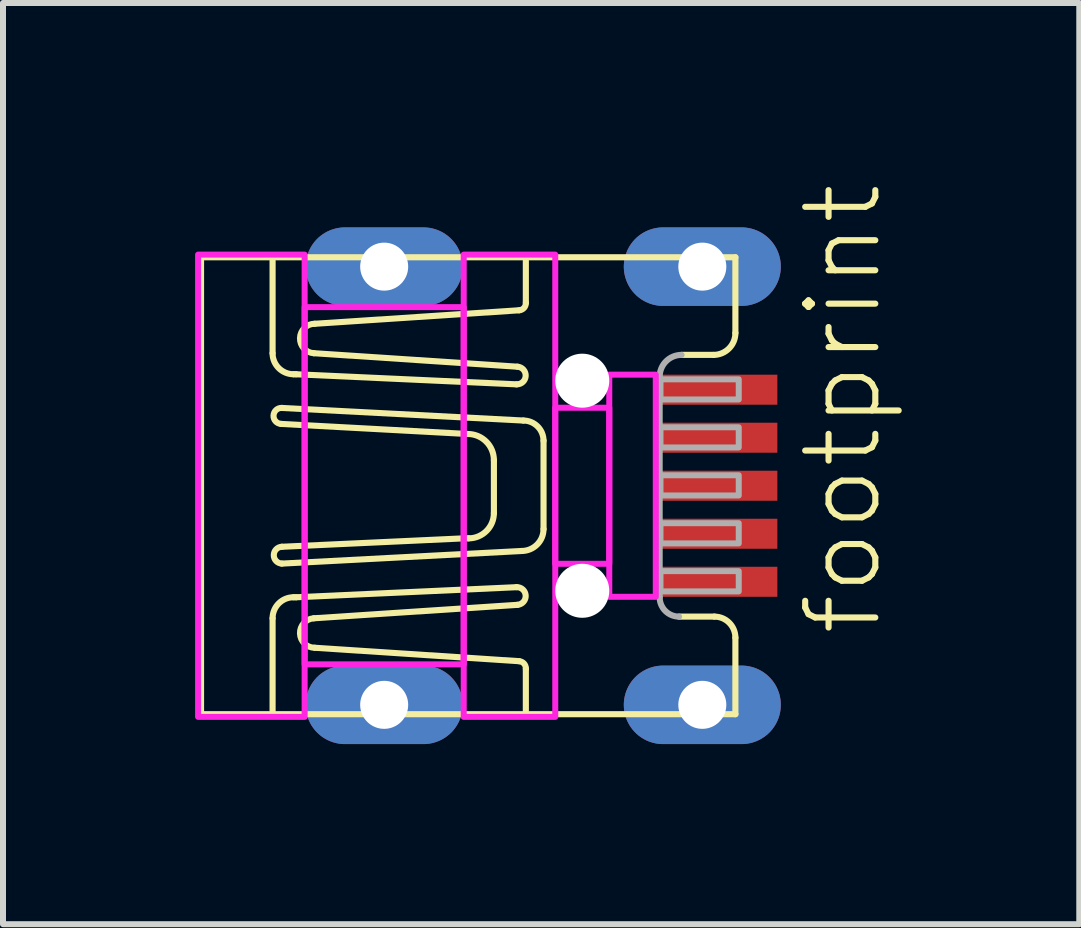
<source format=kicad_pcb>
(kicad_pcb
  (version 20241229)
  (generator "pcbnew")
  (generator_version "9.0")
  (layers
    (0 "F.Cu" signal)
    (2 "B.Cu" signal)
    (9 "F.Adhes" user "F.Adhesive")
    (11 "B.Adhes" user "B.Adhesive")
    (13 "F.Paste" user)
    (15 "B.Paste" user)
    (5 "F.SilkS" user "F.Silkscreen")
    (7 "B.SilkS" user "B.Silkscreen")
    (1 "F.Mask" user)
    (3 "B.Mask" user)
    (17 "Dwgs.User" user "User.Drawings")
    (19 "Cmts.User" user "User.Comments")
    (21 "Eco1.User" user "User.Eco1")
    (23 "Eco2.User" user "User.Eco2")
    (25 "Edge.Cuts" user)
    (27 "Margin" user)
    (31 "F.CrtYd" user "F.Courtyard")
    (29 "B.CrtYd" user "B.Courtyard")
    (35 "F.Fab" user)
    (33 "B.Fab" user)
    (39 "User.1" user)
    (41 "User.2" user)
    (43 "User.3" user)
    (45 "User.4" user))
  (footprint "footprint"
    (layer "F.Cu")
    (at 0.25 5.042)
    (property "Reference" "footprint" (at 11.43 2.54 90) (layer "F.SilkS") (effects (font (size 1.168 1.168) (thickness 0.102)) (justify left bottom)))
    (fp_line (start 0.049 -3.806) (end 8.951 -3.806) (stroke (width 0.102) (type solid)) (layer "F.SilkS"))
    (fp_line (start 0.049 3.806) (end 0.049 -3.806) (stroke (width 0.102) (type solid)) (layer "F.SilkS"))
    (fp_line (start 1.241 -3.75) (end 1.241 -2.208) (stroke (width 0.102) (type solid)) (layer "F.SilkS"))
    (fp_line (start 1.241 3.75) (end 1.241 2.208) (stroke (width 0.102) (type solid)) (layer "F.SilkS"))
    (fp_line (start 1.381 -1.03) (end 4.493 -0.862) (stroke (width 0.102) (type solid)) (layer "F.SilkS"))
    (fp_line (start 1.395 1.297) (end 5.39 1.087) (stroke (width 0.102) (type solid)) (layer "F.SilkS"))
    (fp_line (start 1.591 -1.857) (end 1.633 -1.857) (stroke (width 0.102) (type solid)) (layer "F.SilkS"))
    (fp_line (start 1.591 1.858) (end 1.633 1.858) (stroke (width 0.102) (type solid)) (layer "F.SilkS"))
    (fp_line (start 1.633 -1.857) (end 5.306 -1.689) (stroke (width 0.102) (type solid)) (layer "F.SilkS"))
    (fp_line (start 1.633 1.858) (end 5.306 1.69) (stroke (width 0.102) (type solid)) (layer "F.SilkS"))
    (fp_line (start 1.942 -2.698) (end 5.348 -2.923) (stroke (width 0.102) (type solid)) (layer "F.SilkS"))
    (fp_line (start 1.942 2.699) (end 5.348 2.923) (stroke (width 0.102) (type solid)) (layer "F.SilkS"))
    (fp_line (start 4.437 0.876) (end 1.395 1.017) (stroke (width 0.102) (type solid)) (layer "F.SilkS"))
    (fp_line (start 4.507 0.876) (end 4.437 0.876) (stroke (width 0.102) (type solid)) (layer "F.SilkS"))
    (fp_line (start 4.928 -0.427) (end 4.928 0.456) (stroke (width 0.102) (type solid)) (layer "F.SilkS"))
    (fp_line (start 5.32 -1.983) (end 1.928 -2.208) (stroke (width 0.102) (type solid)) (layer "F.SilkS"))
    (fp_line (start 5.32 1.984) (end 1.928 2.208) (stroke (width 0.102) (type solid)) (layer "F.SilkS"))
    (fp_line (start 5.418 -1.086) (end 1.395 -1.296) (stroke (width 0.102) (type solid)) (layer "F.SilkS"))
    (fp_line (start 5.46 -3.049) (end 5.46 -3.75) (stroke (width 0.102) (type solid)) (layer "F.SilkS"))
    (fp_line (start 5.46 3.049) (end 5.46 3.75) (stroke (width 0.102) (type solid)) (layer "F.SilkS"))
    (fp_line (start 5.755 0.722) (end 5.755 -0.75) (stroke (width 0.102) (type solid)) (layer "F.SilkS"))
    (fp_line (start 8.012 2.18) (end 8.601 2.18) (stroke (width 0.102) (type solid)) (layer "F.SilkS"))
    (fp_line (start 8.587 -2.18) (end 8.054 -2.18) (stroke (width 0.102) (type solid)) (layer "F.SilkS"))
    (fp_line (start 8.951 -3.806) (end 8.951 -2.544) (stroke (width 0.102) (type solid)) (layer "F.SilkS"))
    (fp_line (start 8.951 2.531) (end 8.951 3.806) (stroke (width 0.102) (type solid)) (layer "F.SilkS"))
    (fp_line (start 8.951 3.806) (end 0.049 3.806) (stroke (width 0.102) (type solid)) (layer "F.SilkS"))
    (fp_arc (start 1.2408 2.2083) (mid 1.343487 1.960489) (end 1.591298 1.8578) (stroke (width 0.1016) (type solid)) (layer "F.SilkS"))
    (fp_arc (start 1.3809 -1.0301) (mid 1.2547 -1.1703) (end 1.3949 -1.2965) (stroke (width 0.1016) (type solid)) (layer "F.SilkS"))
    (fp_arc (start 1.394898 1.297) (mid 1.261098 1.156849) (end 1.3949 1.0167) (stroke (width 0.1016) (type solid)) (layer "F.SilkS"))
    (fp_arc (start 1.5912 -1.8572) (mid 1.34333 -1.95983) (end 1.2407 -2.2077) (stroke (width 0.1016) (type solid)) (layer "F.SilkS"))
    (fp_arc (start 1.9276 -2.2077) (mid 1.698277 -2.459791) (end 1.941598 -2.698399) (stroke (width 0.1016) (type solid)) (layer "F.SilkS"))
    (fp_arc (start 1.941698 2.698999) (mid 1.698377 2.460391) (end 1.9277 2.2083) (stroke (width 0.1016) (type solid)) (layer "F.SilkS"))
    (fp_arc (start 4.4931 -0.8619) (mid 4.800409 -0.734609) (end 4.9277 -0.4273) (stroke (width 0.1016) (type solid)) (layer "F.SilkS"))
    (fp_arc (start 4.9277 0.4559) (mid 4.804508 0.753309) (end 4.507099 0.876499) (stroke (width 0.1016) (type solid)) (layer "F.SilkS"))
    (fp_arc (start 5.3063 1.6896) (mid 5.4602 1.829814) (end 5.3203 1.983999) (stroke (width 0.1016) (type solid)) (layer "F.SilkS"))
    (fp_arc (start 5.3202 -1.983399) (mid 5.4601 -1.829214) (end 5.3062 -1.689) (stroke (width 0.1016) (type solid)) (layer "F.SilkS"))
    (fp_arc (start 5.3483 2.9233) (mid 5.43024 2.963359) (end 5.460499 3.049401) (stroke (width 0.1016) (type solid)) (layer "F.SilkS"))
    (fp_arc (start 5.418298 -1.0862) (mid 5.656211 -0.987613) (end 5.7548 -0.7497) (stroke (width 0.1016) (type solid)) (layer "F.SilkS"))
    (fp_arc (start 5.460399 -3.048801) (mid 5.43014 -2.962758) (end 5.3482 -2.9227) (stroke (width 0.1016) (type solid)) (layer "F.SilkS"))
    (fp_arc (start 5.7548 0.7223) (mid 5.648011 0.980011) (end 5.3903 1.0868) (stroke (width 0.1016) (type solid)) (layer "F.SilkS"))
    (fp_arc (start 8.6006 2.1802) (mid 8.84847 2.28283) (end 8.951099 2.530701) (stroke (width 0.1016) (type solid)) (layer "F.SilkS"))
    (fp_arc (start 8.9511 -2.5442) (mid 8.84437 -2.28643) (end 8.586601 -2.179699) (stroke (width 0.1016) (type solid)) (layer "F.SilkS"))
    (fp_poly (pts (xy 0 3.85) (xy 1.775 3.85) (xy 1.775 -3.85) (xy 0 -3.85)) (stroke (width 0.1) (type solid)) (fill no) (layer "F.CrtYd"))
    (fp_poly (pts (xy 1.775 2.975) (xy 4.425 2.975) (xy 4.425 -2.975) (xy 1.775 -2.975)) (stroke (width 0.1) (type solid)) (fill no) (layer "F.CrtYd"))
    (fp_poly (pts (xy 4.425 3.85) (xy 5.95 3.85) (xy 5.95 -3.85) (xy 4.425 -3.85)) (stroke (width 0.1) (type solid)) (fill no) (layer "F.CrtYd"))
    (fp_poly (pts (xy 5.95 1.3) (xy 6.85 1.3) (xy 6.85 -1.3) (xy 5.95 -1.3)) (stroke (width 0.1) (type solid)) (fill no) (layer "F.CrtYd"))
    (fp_poly (pts (xy 6.85 1.85) (xy 7.625 1.85) (xy 7.625 -1.85) (xy 6.85 -1.85)) (stroke (width 0.1) (type solid)) (fill no) (layer "F.CrtYd"))
    (fp_line (start 7.689 -1.815) (end 7.689 1.858) (stroke (width 0.102) (type solid)) (layer "F.Fab"))
    (fp_arc (start 7.6894 -1.8152) (mid 7.79616 -2.07294) (end 8.0539 -2.1797) (stroke (width 0.1016) (type solid)) (layer "F.Fab"))
    (fp_arc (start 8.0118 2.1802) (mid 7.783829 2.085771) (end 7.6894 1.8578) (stroke (width 0.1016) (type solid)) (layer "F.Fab"))
    (fp_poly (pts (xy 7.703 -1.437) (xy 9.007 -1.437) (xy 9.007 -1.773) (xy 7.703 -1.773)) (stroke (width 0.1) (type solid)) (fill no) (layer "F.Fab"))
    (fp_poly (pts (xy 7.703 -0.638) (xy 9.007 -0.638) (xy 9.007 -0.974) (xy 7.703 -0.974)) (stroke (width 0.1) (type solid)) (fill no) (layer "F.Fab"))
    (fp_poly (pts (xy 7.703 0.162) (xy 9.007 0.162) (xy 9.007 -0.175) (xy 7.703 -0.175)) (stroke (width 0.1) (type solid)) (fill no) (layer "F.Fab"))
    (fp_poly (pts (xy 7.703 0.961) (xy 9.007 0.961) (xy 9.007 0.624) (xy 7.703 0.624)) (stroke (width 0.1) (type solid)) (fill no) (layer "F.Fab"))
    (fp_poly (pts (xy 7.703 1.76) (xy 9.007 1.76) (xy 9.007 1.423) (xy 7.703 1.423)) (stroke (width 0.1) (type solid)) (fill no) (layer "F.Fab"))
    (pad "" np_thru_hole circle (at 6.4 -1.75) (size 0.9 0.9) (drill 0.9) (layers "*.Cu" "*.Mask"))
    (pad "" np_thru_hole circle (at 6.4 1.75) (size 0.9 0.9) (drill 0.9) (layers "*.Cu" "*.Mask"))
    (pad "1" smd rect (at 8.65 -1.6) (size 2 0.5) (layers "F.Cu" "F.Mask" "F.Paste"))
    (pad "2" smd rect (at 8.65 -0.8) (size 2 0.5) (layers "F.Cu" "F.Mask" "F.Paste"))
    (pad "3" smd rect (at 8.65 0) (size 2 0.5) (layers "F.Cu" "F.Mask" "F.Paste"))
    (pad "4" smd rect (at 8.65 0.8) (size 2 0.5) (layers "F.Cu" "F.Mask" "F.Paste"))
    (pad "5" smd rect (at 8.65 1.6) (size 2 0.5) (layers "F.Cu" "F.Mask" "F.Paste"))
    (pad "M1" thru_hole oval (at 3.1 3.65) (size 2.616 1.308) (drill 0.8) (layers "*.Cu" "*.Mask"))
    (pad "M2" thru_hole oval (at 3.1 -3.65) (size 2.616 1.308) (drill 0.8) (layers "*.Cu" "*.Mask"))
    (pad "M3" thru_hole oval (at 8.4 -3.65) (size 2.616 1.308) (drill 0.8) (layers "*.Cu" "*.Mask"))
    (pad "M4" thru_hole oval (at 8.4 3.65) (size 2.616 1.308) (drill 0.8) (layers "*.Cu" "*.Mask"))
    (zone (net_name "") (layer "F.Cu") (hatch edge 0.508) (connect_pads) (min_thickness 0.254) (filled_areas_thickness no) (keepout (tracks not_allowed) (vias not_allowed) (pads not_allowed) (copperpour not_allowed) (footprints allowed)) (placement (enabled no)) (fill) (polygon (pts (xy 0.25 8.892) (xy 2.225 8.892) (xy 2.225 1.192) (xy 0.25 1.192))))
    (zone (net_name "") (layer "F.Cu") (hatch edge 0.508) (connect_pads) (min_thickness 0.254) (filled_areas_thickness no) (keepout (tracks not_allowed) (vias not_allowed) (pads not_allowed) (copperpour not_allowed) (footprints allowed)) (placement (enabled no)) (fill) (polygon (pts (xy 2.225 7.967) (xy 4.475 7.967) (xy 4.475 2.117) (xy 2.225 2.117))))
    (zone (net_name "") (layer "F.Cu") (hatch edge 0.508) (connect_pads) (min_thickness 0.254) (filled_areas_thickness no) (keepout (tracks not_allowed) (vias not_allowed) (pads not_allowed) (copperpour not_allowed) (footprints allowed)) (placement (enabled no)) (fill) (polygon (pts (xy 4.475 8.892) (xy 6.2 8.892) (xy 6.2 1.192) (xy 4.475 1.192))))
    (zone (net_name "") (layer "F.Cu") (hatch edge 0.508) (connect_pads) (min_thickness 0.254) (filled_areas_thickness no) (keepout (tracks not_allowed) (vias not_allowed) (pads not_allowed) (copperpour not_allowed) (footprints allowed)) (placement (enabled no)) (fill) (polygon (pts (xy 6.2 6.892) (xy 7.875 6.892) (xy 7.875 3.192) (xy 6.2 3.192)))))
  (gr_rect
    (start -3 -3)
    (end 14.93 12.346)
    (stroke (width 0.1) (type default))
    (fill no)
    (layer "Edge.Cuts")))
</source>
